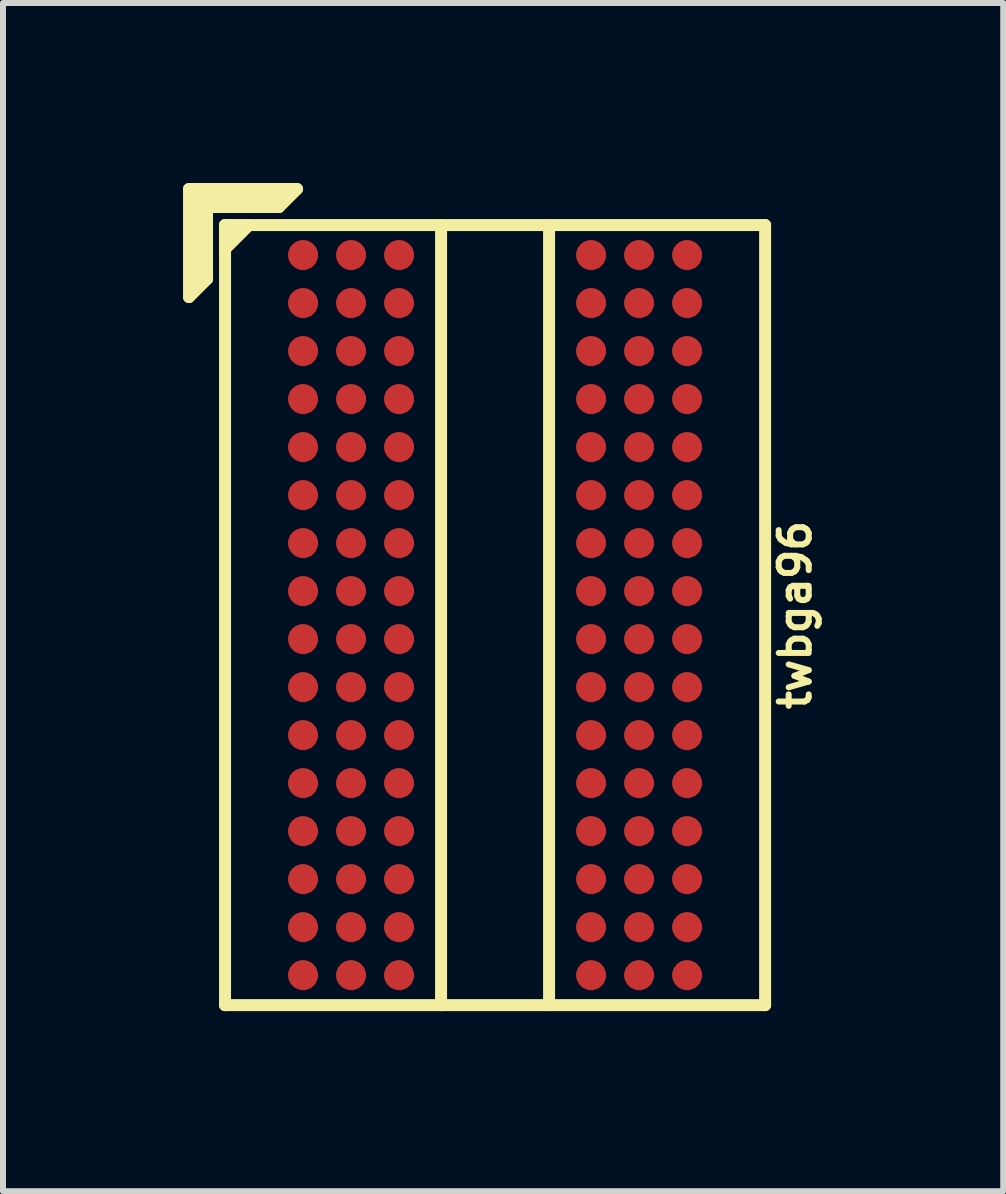
<source format=kicad_pcb>
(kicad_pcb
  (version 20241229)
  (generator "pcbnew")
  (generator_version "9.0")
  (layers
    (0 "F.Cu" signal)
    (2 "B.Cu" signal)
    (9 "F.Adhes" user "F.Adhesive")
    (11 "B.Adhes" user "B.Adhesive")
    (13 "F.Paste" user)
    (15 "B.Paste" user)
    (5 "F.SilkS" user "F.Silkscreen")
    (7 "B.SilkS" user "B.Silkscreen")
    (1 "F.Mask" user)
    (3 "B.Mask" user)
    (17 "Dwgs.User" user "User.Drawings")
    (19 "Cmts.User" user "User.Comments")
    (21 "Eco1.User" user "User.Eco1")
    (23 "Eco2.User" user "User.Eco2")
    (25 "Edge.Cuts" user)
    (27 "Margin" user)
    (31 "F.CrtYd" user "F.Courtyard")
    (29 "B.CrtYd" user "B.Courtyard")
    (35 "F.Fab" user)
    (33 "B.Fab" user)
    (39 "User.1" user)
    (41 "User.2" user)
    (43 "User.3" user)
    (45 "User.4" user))
  (footprint "twbga96"
    (layer "F.Cu")
    (at 5.2 7.2)
    (property "Reference" "twbga96" (at 5 0 90) (layer "F.SilkS") (effects (font (size 0.5 0.5) (thickness 0.1))))
    (attr through_hole)
    (fp_line (start -5.1 -7.1) (end -3.3 -7.1) (stroke (width 0.2) (type solid)) (layer "F.SilkS"))
    (fp_line (start -5.1 -5.3) (end -5.1 -7.1) (stroke (width 0.2) (type solid)) (layer "F.SilkS"))
    (fp_line (start -5 -7) (end -3.5 -7) (stroke (width 0.2) (type solid)) (layer "F.SilkS"))
    (fp_line (start -5 -5.5) (end -5 -7) (stroke (width 0.2) (type solid)) (layer "F.SilkS"))
    (fp_line (start -4.9 -6.9) (end -4.9 -5.6) (stroke (width 0.2) (type solid)) (layer "F.SilkS"))
    (fp_line (start -4.8 -6.8) (end -3.6 -6.8) (stroke (width 0.2) (type solid)) (layer "F.SilkS"))
    (fp_line (start -4.8 -5.6) (end -5.1 -5.3) (stroke (width 0.2) (type solid)) (layer "F.SilkS"))
    (fp_line (start -4.8 -5.6) (end -4.8 -6.8) (stroke (width 0.2) (type solid)) (layer "F.SilkS"))
    (fp_line (start -4.5 -6.5) (end 4.5 -6.5) (stroke (width 0.2) (type solid)) (layer "F.SilkS"))
    (fp_line (start -4.5 -6.4) (end -4.4 -6.5) (stroke (width 0.2) (type solid)) (layer "F.SilkS"))
    (fp_line (start -4.5 -6.1) (end -4.1 -6.5) (stroke (width 0.2) (type solid)) (layer "F.SilkS"))
    (fp_line (start -4.5 6.5) (end -4.5 -6.5) (stroke (width 0.2) (type solid)) (layer "F.SilkS"))
    (fp_line (start -4.3 -6.5) (end -4.5 -6.3) (stroke (width 0.2) (type solid)) (layer "F.SilkS"))
    (fp_line (start -4.2 -6.5) (end -4.5 -6.2) (stroke (width 0.2) (type solid)) (layer "F.SilkS"))
    (fp_line (start -3.6 -6.9) (end -4.9 -6.9) (stroke (width 0.2) (type solid)) (layer "F.SilkS"))
    (fp_line (start -3.3 -7.1) (end -3.6 -6.8) (stroke (width 0.2) (type solid)) (layer "F.SilkS"))
    (fp_line (start -0.9 -6.5) (end -0.9 6.5) (stroke (width 0.2) (type solid)) (layer "F.SilkS"))
    (fp_line (start 0.9 6.5) (end 0.9 -6.5) (stroke (width 0.2) (type solid)) (layer "F.SilkS"))
    (fp_line (start 4.5 -6.5) (end 4.5 6.5) (stroke (width 0.2) (type solid)) (layer "F.SilkS"))
    (fp_line (start 4.5 6.5) (end -4.5 6.5) (stroke (width 0.2) (type solid)) (layer "F.SilkS"))
    (pad "A1" smd circle (at -3.2 -6) (size 0.5 0.5) (layers "F.Cu" "F.Mask" "F.Paste"))
    (pad "A2" smd circle (at -2.4 -6) (size 0.5 0.5) (layers "F.Cu" "F.Mask" "F.Paste"))
    (pad "A3" smd circle (at -1.6 -6) (size 0.5 0.5) (layers "F.Cu" "F.Mask" "F.Paste"))
    (pad "A7" smd circle (at 1.6 -6) (size 0.5 0.5) (layers "F.Cu" "F.Mask" "F.Paste"))
    (pad "A8" smd circle (at 2.4 -6) (size 0.5 0.5) (layers "F.Cu" "F.Mask" "F.Paste"))
    (pad "A9" smd circle (at 3.2 -6) (size 0.5 0.5) (layers "F.Cu" "F.Mask" "F.Paste"))
    (pad "B1" smd circle (at -3.2 -5.2) (size 0.5 0.5) (layers "F.Cu" "F.Mask" "F.Paste"))
    (pad "B2" smd circle (at -2.4 -5.2) (size 0.5 0.5) (layers "F.Cu" "F.Mask" "F.Paste"))
    (pad "B3" smd circle (at -1.6 -5.2) (size 0.5 0.5) (layers "F.Cu" "F.Mask" "F.Paste"))
    (pad "B7" smd circle (at 1.6 -5.2) (size 0.5 0.5) (layers "F.Cu" "F.Mask" "F.Paste"))
    (pad "B8" smd circle (at 2.4 -5.2) (size 0.5 0.5) (layers "F.Cu" "F.Mask" "F.Paste"))
    (pad "B9" smd circle (at 3.2 -5.2) (size 0.5 0.5) (layers "F.Cu" "F.Mask" "F.Paste"))
    (pad "C1" smd circle (at -3.2 -4.4) (size 0.5 0.5) (layers "F.Cu" "F.Mask" "F.Paste"))
    (pad "C2" smd circle (at -2.4 -4.4) (size 0.5 0.5) (layers "F.Cu" "F.Mask" "F.Paste"))
    (pad "C3" smd circle (at -1.6 -4.4) (size 0.5 0.5) (layers "F.Cu" "F.Mask" "F.Paste"))
    (pad "C7" smd circle (at 1.6 -4.4) (size 0.5 0.5) (layers "F.Cu" "F.Mask" "F.Paste"))
    (pad "C8" smd circle (at 2.4 -4.4) (size 0.5 0.5) (layers "F.Cu" "F.Mask" "F.Paste"))
    (pad "C9" smd circle (at 3.2 -4.4) (size 0.5 0.5) (layers "F.Cu" "F.Mask" "F.Paste"))
    (pad "D1" smd circle (at -3.2 -3.6) (size 0.5 0.5) (layers "F.Cu" "F.Mask" "F.Paste"))
    (pad "D2" smd circle (at -2.4 -3.6) (size 0.5 0.5) (layers "F.Cu" "F.Mask" "F.Paste"))
    (pad "D3" smd circle (at -1.6 -3.6) (size 0.5 0.5) (layers "F.Cu" "F.Mask" "F.Paste"))
    (pad "D7" smd circle (at 1.6 -3.6) (size 0.5 0.5) (layers "F.Cu" "F.Mask" "F.Paste"))
    (pad "D8" smd circle (at 2.4 -3.6) (size 0.5 0.5) (layers "F.Cu" "F.Mask" "F.Paste"))
    (pad "D9" smd circle (at 3.2 -3.6) (size 0.5 0.5) (layers "F.Cu" "F.Mask" "F.Paste"))
    (pad "E1" smd circle (at -3.2 -2.8) (size 0.5 0.5) (layers "F.Cu" "F.Mask" "F.Paste"))
    (pad "E2" smd circle (at -2.4 -2.8) (size 0.5 0.5) (layers "F.Cu" "F.Mask" "F.Paste"))
    (pad "E3" smd circle (at -1.6 -2.8) (size 0.5 0.5) (layers "F.Cu" "F.Mask" "F.Paste"))
    (pad "E7" smd circle (at 1.6 -2.8) (size 0.5 0.5) (layers "F.Cu" "F.Mask" "F.Paste"))
    (pad "E8" smd circle (at 2.4 -2.8) (size 0.5 0.5) (layers "F.Cu" "F.Mask" "F.Paste"))
    (pad "E9" smd circle (at 3.2 -2.8) (size 0.5 0.5) (layers "F.Cu" "F.Mask" "F.Paste"))
    (pad "F1" smd circle (at -3.2 -2) (size 0.5 0.5) (layers "F.Cu" "F.Mask" "F.Paste"))
    (pad "F2" smd circle (at -2.4 -2) (size 0.5 0.5) (layers "F.Cu" "F.Mask" "F.Paste"))
    (pad "F3" smd circle (at -1.6 -2) (size 0.5 0.5) (layers "F.Cu" "F.Mask" "F.Paste"))
    (pad "F7" smd circle (at 1.6 -2) (size 0.5 0.5) (layers "F.Cu" "F.Mask" "F.Paste"))
    (pad "F8" smd circle (at 2.4 -2) (size 0.5 0.5) (layers "F.Cu" "F.Mask" "F.Paste"))
    (pad "F9" smd circle (at 3.2 -2) (size 0.5 0.5) (layers "F.Cu" "F.Mask" "F.Paste"))
    (pad "G1" smd circle (at -3.2 -1.2) (size 0.5 0.5) (layers "F.Cu" "F.Mask" "F.Paste"))
    (pad "G2" smd circle (at -2.4 -1.2) (size 0.5 0.5) (layers "F.Cu" "F.Mask" "F.Paste"))
    (pad "G3" smd circle (at -1.6 -1.2) (size 0.5 0.5) (layers "F.Cu" "F.Mask" "F.Paste"))
    (pad "G7" smd circle (at 1.6 -1.2) (size 0.5 0.5) (layers "F.Cu" "F.Mask" "F.Paste"))
    (pad "G8" smd circle (at 2.4 -1.2) (size 0.5 0.5) (layers "F.Cu" "F.Mask" "F.Paste"))
    (pad "G9" smd circle (at 3.2 -1.2) (size 0.5 0.5) (layers "F.Cu" "F.Mask" "F.Paste"))
    (pad "H1" smd circle (at -3.2 -0.4) (size 0.5 0.5) (layers "F.Cu" "F.Mask" "F.Paste"))
    (pad "H2" smd circle (at -2.4 -0.4) (size 0.5 0.5) (layers "F.Cu" "F.Mask" "F.Paste"))
    (pad "H3" smd circle (at -1.6 -0.4) (size 0.5 0.5) (layers "F.Cu" "F.Mask" "F.Paste"))
    (pad "H7" smd circle (at 1.6 -0.4) (size 0.5 0.5) (layers "F.Cu" "F.Mask" "F.Paste"))
    (pad "H8" smd circle (at 2.4 -0.4) (size 0.5 0.5) (layers "F.Cu" "F.Mask" "F.Paste"))
    (pad "H9" smd circle (at 3.2 -0.4) (size 0.5 0.5) (layers "F.Cu" "F.Mask" "F.Paste"))
    (pad "J1" smd circle (at -3.2 0.4) (size 0.5 0.5) (layers "F.Cu" "F.Mask" "F.Paste"))
    (pad "J2" smd circle (at -2.4 0.4) (size 0.5 0.5) (layers "F.Cu" "F.Mask" "F.Paste"))
    (pad "J3" smd circle (at -1.6 0.4) (size 0.5 0.5) (layers "F.Cu" "F.Mask" "F.Paste"))
    (pad "J7" smd circle (at 1.6 0.4) (size 0.5 0.5) (layers "F.Cu" "F.Mask" "F.Paste"))
    (pad "J8" smd circle (at 2.4 0.4) (size 0.5 0.5) (layers "F.Cu" "F.Mask" "F.Paste"))
    (pad "J9" smd circle (at 3.2 0.4) (size 0.5 0.5) (layers "F.Cu" "F.Mask" "F.Paste"))
    (pad "K1" smd circle (at -3.2 1.2) (size 0.5 0.5) (layers "F.Cu" "F.Mask" "F.Paste"))
    (pad "K2" smd circle (at -2.4 1.2) (size 0.5 0.5) (layers "F.Cu" "F.Mask" "F.Paste"))
    (pad "K3" smd circle (at -1.6 1.2) (size 0.5 0.5) (layers "F.Cu" "F.Mask" "F.Paste"))
    (pad "K7" smd circle (at 1.6 1.2) (size 0.5 0.5) (layers "F.Cu" "F.Mask" "F.Paste"))
    (pad "K8" smd circle (at 2.4 1.2) (size 0.5 0.5) (layers "F.Cu" "F.Mask" "F.Paste"))
    (pad "K9" smd circle (at 3.2 1.2) (size 0.5 0.5) (layers "F.Cu" "F.Mask" "F.Paste"))
    (pad "L1" smd circle (at -3.2 2) (size 0.5 0.5) (layers "F.Cu" "F.Mask" "F.Paste"))
    (pad "L2" smd circle (at -2.4 2) (size 0.5 0.5) (layers "F.Cu" "F.Mask" "F.Paste"))
    (pad "L3" smd circle (at -1.6 2) (size 0.5 0.5) (layers "F.Cu" "F.Mask" "F.Paste"))
    (pad "L7" smd circle (at 1.6 2) (size 0.5 0.5) (layers "F.Cu" "F.Mask" "F.Paste"))
    (pad "L8" smd circle (at 2.4 2) (size 0.5 0.5) (layers "F.Cu" "F.Mask" "F.Paste"))
    (pad "L9" smd circle (at 3.2 2) (size 0.5 0.5) (layers "F.Cu" "F.Mask" "F.Paste"))
    (pad "M1" smd circle (at -3.2 2.8) (size 0.5 0.5) (layers "F.Cu" "F.Mask" "F.Paste"))
    (pad "M2" smd circle (at -2.4 2.8) (size 0.5 0.5) (layers "F.Cu" "F.Mask" "F.Paste"))
    (pad "M3" smd circle (at -1.6 2.8) (size 0.5 0.5) (layers "F.Cu" "F.Mask" "F.Paste"))
    (pad "M7" smd circle (at 1.6 2.8) (size 0.5 0.5) (layers "F.Cu" "F.Mask" "F.Paste"))
    (pad "M8" smd circle (at 2.4 2.8) (size 0.5 0.5) (layers "F.Cu" "F.Mask" "F.Paste"))
    (pad "M9" smd circle (at 3.2 2.8) (size 0.5 0.5) (layers "F.Cu" "F.Mask" "F.Paste"))
    (pad "N1" smd circle (at -3.2 3.6) (size 0.5 0.5) (layers "F.Cu" "F.Mask" "F.Paste"))
    (pad "N2" smd circle (at -2.4 3.6) (size 0.5 0.5) (layers "F.Cu" "F.Mask" "F.Paste"))
    (pad "N3" smd circle (at -1.6 3.6) (size 0.5 0.5) (layers "F.Cu" "F.Mask" "F.Paste"))
    (pad "N7" smd circle (at 1.6 3.6) (size 0.5 0.5) (layers "F.Cu" "F.Mask" "F.Paste"))
    (pad "N8" smd circle (at 2.4 3.6) (size 0.5 0.5) (layers "F.Cu" "F.Mask" "F.Paste"))
    (pad "N9" smd circle (at 3.2 3.6) (size 0.5 0.5) (layers "F.Cu" "F.Mask" "F.Paste"))
    (pad "P1" smd circle (at -3.2 4.4) (size 0.5 0.5) (layers "F.Cu" "F.Mask" "F.Paste"))
    (pad "P2" smd circle (at -2.4 4.4) (size 0.5 0.5) (layers "F.Cu" "F.Mask" "F.Paste"))
    (pad "P3" smd circle (at -1.6 4.4) (size 0.5 0.5) (layers "F.Cu" "F.Mask" "F.Paste"))
    (pad "P7" smd circle (at 1.6 4.4) (size 0.5 0.5) (layers "F.Cu" "F.Mask" "F.Paste"))
    (pad "P8" smd circle (at 2.4 4.4) (size 0.5 0.5) (layers "F.Cu" "F.Mask" "F.Paste"))
    (pad "P9" smd circle (at 3.2 4.4) (size 0.5 0.5) (layers "F.Cu" "F.Mask" "F.Paste"))
    (pad "R1" smd circle (at -3.2 5.2) (size 0.5 0.5) (layers "F.Cu" "F.Mask" "F.Paste"))
    (pad "R2" smd circle (at -2.4 5.2) (size 0.5 0.5) (layers "F.Cu" "F.Mask" "F.Paste"))
    (pad "R3" smd circle (at -1.6 5.2) (size 0.5 0.5) (layers "F.Cu" "F.Mask" "F.Paste"))
    (pad "R7" smd circle (at 1.6 5.2) (size 0.5 0.5) (layers "F.Cu" "F.Mask" "F.Paste"))
    (pad "R8" smd circle (at 2.4 5.2) (size 0.5 0.5) (layers "F.Cu" "F.Mask" "F.Paste"))
    (pad "R9" smd circle (at 3.2 5.2) (size 0.5 0.5) (layers "F.Cu" "F.Mask" "F.Paste"))
    (pad "T1" smd circle (at -3.2 6) (size 0.5 0.5) (layers "F.Cu" "F.Mask" "F.Paste"))
    (pad "T2" smd circle (at -2.4 6) (size 0.5 0.5) (layers "F.Cu" "F.Mask" "F.Paste"))
    (pad "T3" smd circle (at -1.6 6) (size 0.5 0.5) (layers "F.Cu" "F.Mask" "F.Paste"))
    (pad "T7" smd circle (at 1.6 6) (size 0.5 0.5) (layers "F.Cu" "F.Mask" "F.Paste"))
    (pad "T8" smd circle (at 2.4 6) (size 0.5 0.5) (layers "F.Cu" "F.Mask" "F.Paste"))
    (pad "T9" smd circle (at 3.2 6) (size 0.5 0.5) (layers "F.Cu" "F.Mask" "F.Paste")))
  (gr_rect
    (start -3 -3)
    (end 13.668 16.8)
    (stroke (width 0.1) (type default))
    (fill no)
    (layer "Edge.Cuts")))
</source>
